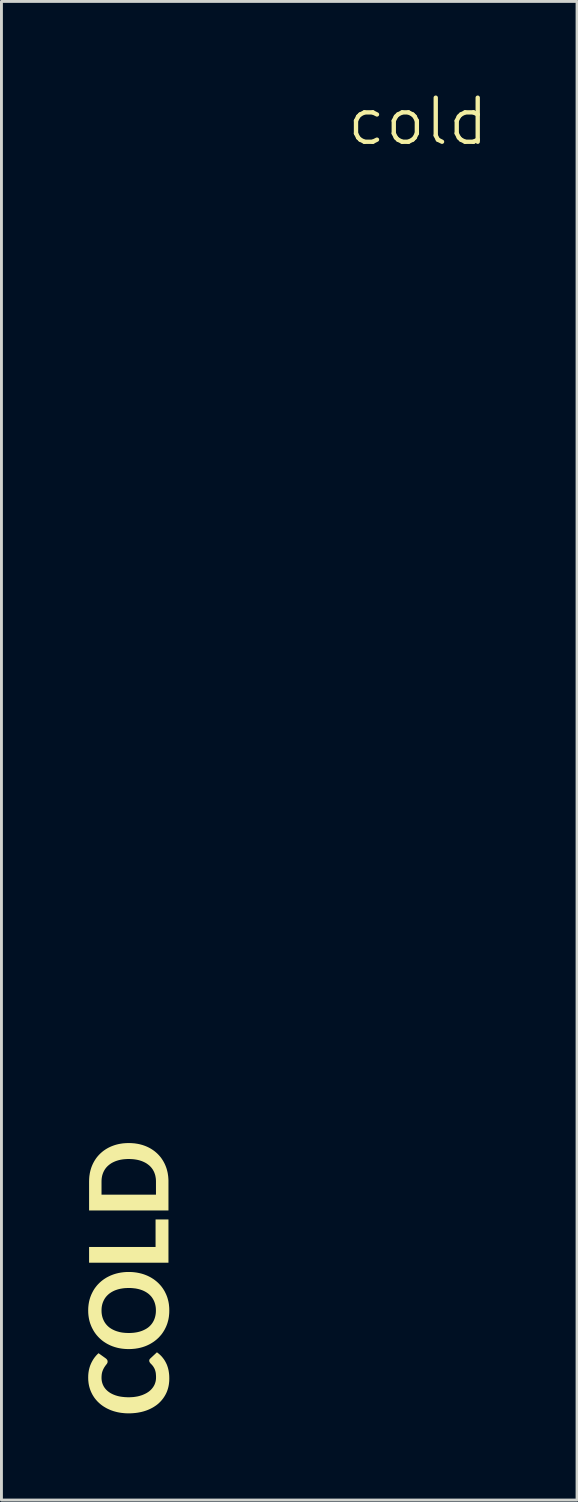
<source format=kicad_pcb>
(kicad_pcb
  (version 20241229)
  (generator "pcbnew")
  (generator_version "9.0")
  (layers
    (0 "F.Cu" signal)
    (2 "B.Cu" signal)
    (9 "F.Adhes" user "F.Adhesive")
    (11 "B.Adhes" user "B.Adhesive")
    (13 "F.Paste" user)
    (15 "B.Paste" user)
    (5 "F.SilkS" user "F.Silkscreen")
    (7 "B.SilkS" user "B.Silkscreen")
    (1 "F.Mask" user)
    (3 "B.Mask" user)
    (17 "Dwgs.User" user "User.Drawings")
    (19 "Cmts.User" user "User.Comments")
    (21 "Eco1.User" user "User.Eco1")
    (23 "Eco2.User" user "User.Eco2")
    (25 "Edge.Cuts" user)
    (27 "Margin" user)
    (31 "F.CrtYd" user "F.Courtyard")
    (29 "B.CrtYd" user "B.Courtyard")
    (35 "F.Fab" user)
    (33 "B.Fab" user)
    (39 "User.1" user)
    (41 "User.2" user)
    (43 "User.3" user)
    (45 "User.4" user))
  (footprint "cold"
    (layer "F.Cu")
    (at 11.403 1.155)
    (property "Reference" "cold" (at 0 0 0) (layer "F.SilkS") (effects (font (size 1.524 1.524) (thickness 0.15))))
    (attr through_hole)
    (fp_poly (pts (xy -9.073 38.921) (xy -11.372 38.921) (xy -11.372 39.465) (xy -8.627 39.465) (xy -8.627 37.969) (xy -9.073 37.969) (xy -9.073 38.921)) (stroke (width 0.000001) (type solid)) (fill yes) (layer "F.SilkS"))
    (fp_poly (pts (xy -10.002 35.327) (xy -10.041 35.327) (xy -10.081 35.329) (xy -10.12 35.331) (xy -10.158 35.334) (xy -10.196 35.337) (xy -10.234 35.342) (xy -10.271 35.348) (xy -10.308 35.354) (xy -10.344 35.361) (xy -10.38 35.369) (xy -10.416 35.378) (xy -10.451 35.388) (xy -10.485 35.398) (xy -10.52 35.41) (xy -10.553 35.422) (xy -10.592 35.437) (xy -10.629 35.453) (xy -10.666 35.47) (xy -10.702 35.488) (xy -10.737 35.507) (xy -10.771 35.527) (xy -10.805 35.548) (xy -10.837 35.57) (xy -10.869 35.592) (xy -10.9 35.616) (xy -10.93 35.641) (xy -10.959 35.666) (xy -10.988 35.693) (xy -11.015 35.72) (xy -11.042 35.748) (xy -11.067 35.777) (xy -11.092 35.806) (xy -11.116 35.837) (xy -11.138 35.868) (xy -11.16 35.901) (xy -11.181 35.934) (xy -11.201 35.968) (xy -11.22 36.003) (xy -11.238 36.038) (xy -11.255 36.075) (xy -11.271 36.112) (xy -11.285 36.148) (xy -11.298 36.184) (xy -11.309 36.22) (xy -11.32 36.257) (xy -11.33 36.295) (xy -11.339 36.333) (xy -11.347 36.372) (xy -11.353 36.411) (xy -11.359 36.451) (xy -11.364 36.491) (xy -11.367 36.532) (xy -11.37 36.574) (xy -11.371 36.616) (xy -11.372 36.658) (xy -11.372 37.659) (xy -8.627 37.659) (xy -8.627 36.658) (xy -8.627 36.616) (xy -8.629 36.574) (xy -8.632 36.532) (xy -8.635 36.491) (xy -8.64 36.451) (xy -8.646 36.411) (xy -8.652 36.372) (xy -8.66 36.333) (xy -8.669 36.295) (xy -8.679 36.257) (xy -8.689 36.22) (xy -8.701 36.184) (xy -9.11 36.364) (xy -9.098 36.398) (xy -9.087 36.432) (xy -9.079 36.467) (xy -9.072 36.504) (xy -9.066 36.541) (xy -9.062 36.579) (xy -9.06 36.618) (xy -9.059 36.658) (xy -9.059 37.113) (xy -10.942 37.113) (xy -10.942 36.658) (xy -10.941 36.618) (xy -10.939 36.579) (xy -10.935 36.541) (xy -10.929 36.504) (xy -10.922 36.467) (xy -10.913 36.432) (xy -10.902 36.398) (xy -10.89 36.364) (xy -10.876 36.331) (xy -10.859 36.296) (xy -10.84 36.262) (xy -10.82 36.229) (xy -10.797 36.198) (xy -10.773 36.168) (xy -10.747 36.14) (xy -10.719 36.113) (xy -10.69 36.088) (xy -10.662 36.066) (xy -10.633 36.045) (xy -10.603 36.025) (xy -10.571 36.007) (xy -10.538 35.99) (xy -10.504 35.974) (xy -10.469 35.959) (xy -10.432 35.945) (xy -10.394 35.933) (xy -10.359 35.922) (xy -10.323 35.913) (xy -10.286 35.905) (xy -10.248 35.898) (xy -10.209 35.892) (xy -10.17 35.887) (xy -10.129 35.884) (xy -10.087 35.881) (xy -10.045 35.879) (xy -10.002 35.879) (xy -10.002 35.879) (xy -9.962 35.879) (xy -9.923 35.881) (xy -9.884 35.883) (xy -9.847 35.886) (xy -9.81 35.89) (xy -9.774 35.895) (xy -9.738 35.901) (xy -9.704 35.907) (xy -9.67 35.915) (xy -9.637 35.923) (xy -9.605 35.933) (xy -9.567 35.945) (xy -9.53 35.959) (xy -9.495 35.974) (xy -9.461 35.99) (xy -9.428 36.007) (xy -9.396 36.025) (xy -9.366 36.045) (xy -9.337 36.066) (xy -9.309 36.088) (xy -9.279 36.113) (xy -9.252 36.14) (xy -9.226 36.168) (xy -9.202 36.198) (xy -9.179 36.229) (xy -9.159 36.262) (xy -9.14 36.296) (xy -9.123 36.331) (xy -9.11 36.364) (xy -8.701 36.184) (xy -8.714 36.148) (xy -8.728 36.112) (xy -8.744 36.075) (xy -8.761 36.038) (xy -8.779 36.003) (xy -8.798 35.968) (xy -8.818 35.934) (xy -8.839 35.901) (xy -8.861 35.868) (xy -8.883 35.837) (xy -8.907 35.806) (xy -8.932 35.777) (xy -8.957 35.748) (xy -8.984 35.72) (xy -9.011 35.693) (xy -9.04 35.666) (xy -9.069 35.641) (xy -9.099 35.616) (xy -9.13 35.592) (xy -9.162 35.57) (xy -9.194 35.548) (xy -9.228 35.527) (xy -9.262 35.507) (xy -9.297 35.488) (xy -9.333 35.47) (xy -9.37 35.453) (xy -9.407 35.437) (xy -9.445 35.422) (xy -9.48 35.41) (xy -9.514 35.398) (xy -9.549 35.388) (xy -9.584 35.378) (xy -9.62 35.369) (xy -9.656 35.361) (xy -9.693 35.354) (xy -9.73 35.348) (xy -9.768 35.342) (xy -9.806 35.337) (xy -9.844 35.334) (xy -9.883 35.331) (xy -9.922 35.329) (xy -9.962 35.327) (xy -10.002 35.327)) (stroke (width 0.000001) (type solid)) (fill yes) (layer "F.SilkS"))
    (fp_poly (pts (xy -9.293 42.855) (xy -9.293 42.855) (xy -9.289 42.878) (xy -9.28 42.901) (xy -9.268 42.921) (xy -9.253 42.942) (xy -9.227 42.968) (xy -9.202 42.994) (xy -9.18 43.019) (xy -9.16 43.045) (xy -9.142 43.072) (xy -9.126 43.099) (xy -9.111 43.127) (xy -9.098 43.157) (xy -9.088 43.186) (xy -9.079 43.217) (xy -9.071 43.25) (xy -9.065 43.283) (xy -9.062 43.318) (xy -9.059 43.355) (xy -9.057 43.395) (xy -9.057 43.436) (xy -9.058 43.476) (xy -9.062 43.516) (xy -9.068 43.555) (xy -9.077 43.593) (xy -9.089 43.63) (xy -9.102 43.667) (xy -9.119 43.703) (xy -9.136 43.733) (xy -9.154 43.763) (xy -9.175 43.791) (xy -9.197 43.819) (xy -9.221 43.846) (xy -9.246 43.871) (xy -9.274 43.896) (xy -9.303 43.92) (xy -9.331 43.939) (xy -9.36 43.958) (xy -9.39 43.976) (xy -9.422 43.993) (xy -9.455 44.009) (xy -9.489 44.024) (xy -9.525 44.039) (xy -9.562 44.052) (xy -9.601 44.064) (xy -9.633 44.074) (xy -9.666 44.082) (xy -9.7 44.09) (xy -9.735 44.096) (xy -9.771 44.102) (xy -9.807 44.107) (xy -9.844 44.111) (xy -9.882 44.114) (xy -9.921 44.116) (xy -9.961 44.118) (xy -10.002 44.118) (xy -10.046 44.118) (xy -10.089 44.116) (xy -10.131 44.114) (xy -10.172 44.11) (xy -10.212 44.106) (xy -10.252 44.101) (xy -10.29 44.095) (xy -10.327 44.088) (xy -10.363 44.08) (xy -10.398 44.071) (xy -10.437 44.059) (xy -10.474 44.047) (xy -10.509 44.033) (xy -10.544 44.019) (xy -10.576 44.003) (xy -10.608 43.987) (xy -10.638 43.97) (xy -10.667 43.951) (xy -10.694 43.932) (xy -10.724 43.909) (xy -10.751 43.885) (xy -10.777 43.86) (xy -10.801 43.834) (xy -10.823 43.807) (xy -10.843 43.779) (xy -10.862 43.75) (xy -10.878 43.719) (xy -10.893 43.688) (xy -10.906 43.655) (xy -10.917 43.622) (xy -10.926 43.588) (xy -10.933 43.554) (xy -10.938 43.518) (xy -10.941 43.482) (xy -10.942 43.444) (xy -10.941 43.399) (xy -10.938 43.357) (xy -10.934 43.318) (xy -10.927 43.282) (xy -10.919 43.248) (xy -10.909 43.217) (xy -10.896 43.183) (xy -10.882 43.151) (xy -10.867 43.121) (xy -10.852 43.094) (xy -10.837 43.07) (xy -10.817 43.041) (xy -10.799 43.015) (xy -10.781 42.992) (xy -10.764 42.971) (xy -10.746 42.943) (xy -10.735 42.915) (xy -10.731 42.886) (xy -10.736 42.848) (xy -10.75 42.82) (xy -10.769 42.797) (xy -10.791 42.777) (xy -11.045 42.595) (xy -11.074 42.621) (xy -11.102 42.649) (xy -11.129 42.678) (xy -11.154 42.708) (xy -11.179 42.739) (xy -11.202 42.771) (xy -11.225 42.805) (xy -11.246 42.839) (xy -11.266 42.875) (xy -11.286 42.912) (xy -11.304 42.95) (xy -11.318 42.983) (xy -11.332 43.017) (xy -11.344 43.052) (xy -11.355 43.087) (xy -11.365 43.123) (xy -11.374 43.16) (xy -11.382 43.198) (xy -11.388 43.236) (xy -11.394 43.276) (xy -11.398 43.316) (xy -11.401 43.356) (xy -11.402 43.398) (xy -11.403 43.44) (xy -11.402 43.482) (xy -11.401 43.523) (xy -11.397 43.564) (xy -11.393 43.604) (xy -11.388 43.643) (xy -11.381 43.682) (xy -11.373 43.721) (xy -11.364 43.759) (xy -11.353 43.796) (xy -11.342 43.833) (xy -11.329 43.869) (xy -11.315 43.905) (xy -11.3 43.94) (xy -11.283 43.975) (xy -11.266 44.009) (xy -11.248 44.042) (xy -11.228 44.074) (xy -11.208 44.106) (xy -11.187 44.137) (xy -11.164 44.167) (xy -11.141 44.196) (xy -11.117 44.224) (xy -11.092 44.252) (xy -11.066 44.279) (xy -11.038 44.305) (xy -11.01 44.331) (xy -10.981 44.356) (xy -10.951 44.38) (xy -10.921 44.402) (xy -10.889 44.425) (xy -10.856 44.446) (xy -10.823 44.466) (xy -10.789 44.486) (xy -10.754 44.505) (xy -10.718 44.522) (xy -10.681 44.539) (xy -10.644 44.556) (xy -10.605 44.571) (xy -10.566 44.585) (xy -10.531 44.597) (xy -10.497 44.607) (xy -10.461 44.617) (xy -10.425 44.626) (xy -10.389 44.635) (xy -10.353 44.642) (xy -10.315 44.649) (xy -10.278 44.655) (xy -10.24 44.66) (xy -10.201 44.664) (xy -10.162 44.668) (xy -10.123 44.671) (xy -10.083 44.673) (xy -10.042 44.674) (xy -10.002 44.674) (xy -9.961 44.674) (xy -9.921 44.673) (xy -9.881 44.671) (xy -9.842 44.668) (xy -9.803 44.665) (xy -9.764 44.661) (xy -9.726 44.656) (xy -9.689 44.651) (xy -9.652 44.644) (xy -9.615 44.637) (xy -9.578 44.63) (xy -9.542 44.621) (xy -9.507 44.612) (xy -9.472 44.602) (xy -9.437 44.591) (xy -9.398 44.578) (xy -9.36 44.564) (xy -9.323 44.549) (xy -9.286 44.533) (xy -9.25 44.516) (xy -9.215 44.498) (xy -9.181 44.48) (xy -9.148 44.461) (xy -9.115 44.44) (xy -9.083 44.419) (xy -9.052 44.398) (xy -9.022 44.375) (xy -8.993 44.352) (xy -8.962 44.325) (xy -8.933 44.297) (xy -8.905 44.269) (xy -8.878 44.24) (xy -8.852 44.209) (xy -8.827 44.178) (xy -8.803 44.146) (xy -8.781 44.113) (xy -8.759 44.079) (xy -8.739 44.044) (xy -8.719 44.008) (xy -8.701 43.971) (xy -8.686 43.937) (xy -8.672 43.901) (xy -8.659 43.865) (xy -8.648 43.829) (xy -8.637 43.791) (xy -8.628 43.753) (xy -8.62 43.715) (xy -8.613 43.675) (xy -8.608 43.635) (xy -8.604 43.595) (xy -8.6 43.554) (xy -8.599 43.512) (xy -8.598 43.469) (xy -8.599 43.425) (xy -8.6 43.383) (xy -8.603 43.341) (xy -8.607 43.3) (xy -8.612 43.26) (xy -8.618 43.221) (xy -8.625 43.182) (xy -8.634 43.145) (xy -8.643 43.108) (xy -8.654 43.072) (xy -8.666 43.037) (xy -8.678 43.003) (xy -8.692 42.97) (xy -8.708 42.938) (xy -8.725 42.904) (xy -8.744 42.87) (xy -8.763 42.838) (xy -8.784 42.806) (xy -8.807 42.776) (xy -8.83 42.746) (xy -8.854 42.717) (xy -8.88 42.689) (xy -8.907 42.662) (xy -8.935 42.636) (xy -8.964 42.611) (xy -8.994 42.587) (xy -9.026 42.564) (xy -9.259 42.781) (xy -9.278 42.803) (xy -9.289 42.828) (xy -9.293 42.855)) (stroke (width 0.000001) (type solid)) (fill yes) (layer "F.SilkS"))
    (fp_poly (pts (xy -10.002 39.786) (xy -10.041 39.786) (xy -10.081 39.787) (xy -10.12 39.789) (xy -10.158 39.792) (xy -10.197 39.796) (xy -10.234 39.801) (xy -10.272 39.806) (xy -10.309 39.813) (xy -10.346 39.82) (xy -10.382 39.828) (xy -10.418 39.837) (xy -10.453 39.846) (xy -10.488 39.857) (xy -10.523 39.868) (xy -10.558 39.881) (xy -10.594 39.895) (xy -10.629 39.909) (xy -10.664 39.925) (xy -10.698 39.942) (xy -10.732 39.959) (xy -10.765 39.977) (xy -10.797 39.996) (xy -10.828 40.016) (xy -10.859 40.036) (xy -10.889 40.058) (xy -10.918 40.08) (xy -10.947 40.103) (xy -10.975 40.127) (xy -11.002 40.151) (xy -11.03 40.179) (xy -11.058 40.207) (xy -11.084 40.235) (xy -11.11 40.265) (xy -11.134 40.296) (xy -11.158 40.327) (xy -11.181 40.359) (xy -11.202 40.392) (xy -11.223 40.426) (xy -11.242 40.461) (xy -11.261 40.497) (xy -11.279 40.534) (xy -11.296 40.571) (xy -11.31 40.606) (xy -11.324 40.642) (xy -11.337 40.679) (xy -11.348 40.716) (xy -11.359 40.754) (xy -11.368 40.792) (xy -11.376 40.83) (xy -11.383 40.87) (xy -11.389 40.909) (xy -11.394 40.95) (xy -11.398 40.991) (xy -11.401 41.032) (xy -11.402 41.074) (xy -11.403 41.117) (xy -10.942 41.117) (xy -10.941 41.077) (xy -10.939 41.038) (xy -10.935 41) (xy -10.929 40.963) (xy -10.922 40.927) (xy -10.913 40.892) (xy -10.902 40.858) (xy -10.89 40.824) (xy -10.876 40.792) (xy -10.859 40.757) (xy -10.84 40.723) (xy -10.82 40.69) (xy -10.797 40.659) (xy -10.773 40.629) (xy -10.747 40.601) (xy -10.719 40.574) (xy -10.69 40.548) (xy -10.662 40.526) (xy -10.633 40.506) (xy -10.603 40.486) (xy -10.571 40.468) (xy -10.538 40.45) (xy -10.504 40.434) (xy -10.469 40.419) (xy -10.432 40.406) (xy -10.394 40.393) (xy -10.359 40.383) (xy -10.323 40.374) (xy -10.286 40.366) (xy -10.248 40.359) (xy -10.209 40.353) (xy -10.17 40.348) (xy -10.129 40.344) (xy -10.087 40.342) (xy -10.045 40.34) (xy -10.002 40.339) (xy -9.962 40.34) (xy -9.923 40.341) (xy -9.884 40.343) (xy -9.847 40.347) (xy -9.81 40.351) (xy -9.774 40.355) (xy -9.738 40.361) (xy -9.704 40.368) (xy -9.67 40.375) (xy -9.637 40.384) (xy -9.605 40.393) (xy -9.567 40.406) (xy -9.53 40.419) (xy -9.495 40.434) (xy -9.461 40.45) (xy -9.428 40.468) (xy -9.396 40.486) (xy -9.366 40.506) (xy -9.337 40.526) (xy -9.309 40.548) (xy -9.28 40.574) (xy -9.253 40.601) (xy -9.227 40.629) (xy -9.203 40.659) (xy -9.181 40.69) (xy -9.161 40.723) (xy -9.142 40.757) (xy -9.125 40.792) (xy -9.112 40.824) (xy -9.1 40.858) (xy -9.09 40.892) (xy -9.081 40.927) (xy -9.074 40.963) (xy -9.068 41) (xy -9.064 41.038) (xy -9.062 41.077) (xy -9.061 41.117) (xy -9.062 41.157) (xy -9.064 41.196) (xy -9.068 41.234) (xy -9.074 41.271) (xy -9.081 41.307) (xy -9.09 41.343) (xy -9.1 41.377) (xy -9.112 41.411) (xy -9.125 41.443) (xy -9.142 41.479) (xy -9.161 41.513) (xy -9.181 41.546) (xy -9.203 41.577) (xy -9.227 41.607) (xy -9.253 41.636) (xy -9.28 41.663) (xy -9.309 41.689) (xy -9.337 41.711) (xy -9.366 41.731) (xy -9.396 41.75) (xy -9.428 41.768) (xy -9.461 41.785) (xy -9.495 41.801) (xy -9.53 41.816) (xy -9.567 41.83) (xy -9.605 41.842) (xy -9.637 41.852) (xy -9.67 41.86) (xy -9.704 41.868) (xy -9.738 41.874) (xy -9.774 41.88) (xy -9.81 41.885) (xy -9.847 41.889) (xy -9.884 41.892) (xy -9.923 41.894) (xy -9.962 41.896) (xy -10.002 41.896) (xy -10.045 41.895) (xy -10.087 41.894) (xy -10.129 41.891) (xy -10.17 41.887) (xy -10.209 41.883) (xy -10.248 41.877) (xy -10.286 41.87) (xy -10.323 41.862) (xy -10.359 41.852) (xy -10.394 41.842) (xy -10.432 41.83) (xy -10.469 41.816) (xy -10.504 41.801) (xy -10.538 41.785) (xy -10.571 41.768) (xy -10.603 41.75) (xy -10.633 41.731) (xy -10.662 41.711) (xy -10.69 41.689) (xy -10.719 41.663) (xy -10.747 41.636) (xy -10.773 41.607) (xy -10.797 41.577) (xy -10.82 41.546) (xy -10.84 41.513) (xy -10.859 41.479) (xy -10.876 41.443) (xy -10.89 41.411) (xy -10.902 41.377) (xy -10.913 41.343) (xy -10.922 41.307) (xy -10.929 41.271) (xy -10.935 41.234) (xy -10.939 41.196) (xy -10.941 41.157) (xy -10.942 41.117) (xy -11.403 41.117) (xy -11.402 41.159) (xy -11.401 41.201) (xy -11.398 41.243) (xy -11.394 41.284) (xy -11.389 41.324) (xy -11.383 41.364) (xy -11.376 41.403) (xy -11.368 41.442) (xy -11.359 41.48) (xy -11.348 41.517) (xy -11.337 41.555) (xy -11.324 41.591) (xy -11.31 41.627) (xy -11.296 41.662) (xy -11.279 41.7) (xy -11.261 41.736) (xy -11.242 41.772) (xy -11.223 41.807) (xy -11.202 41.841) (xy -11.181 41.874) (xy -11.158 41.907) (xy -11.134 41.939) (xy -11.11 41.969) (xy -11.084 41.999) (xy -11.058 42.028) (xy -11.03 42.057) (xy -11.002 42.084) (xy -10.975 42.109) (xy -10.947 42.133) (xy -10.919 42.156) (xy -10.89 42.178) (xy -10.86 42.2) (xy -10.829 42.22) (xy -10.798 42.24) (xy -10.766 42.259) (xy -10.733 42.278) (xy -10.699 42.295) (xy -10.665 42.312) (xy -10.63 42.328) (xy -10.594 42.343) (xy -10.558 42.357) (xy -10.523 42.369) (xy -10.488 42.381) (xy -10.453 42.391) (xy -10.418 42.401) (xy -10.382 42.41) (xy -10.346 42.418) (xy -10.309 42.425) (xy -10.272 42.431) (xy -10.234 42.437) (xy -10.197 42.441) (xy -10.158 42.445) (xy -10.12 42.448) (xy -10.081 42.45) (xy -10.041 42.452) (xy -10.002 42.452) (xy -9.961 42.452) (xy -9.922 42.45) (xy -9.883 42.448) (xy -9.844 42.445) (xy -9.805 42.441) (xy -9.767 42.437) (xy -9.729 42.431) (xy -9.692 42.425) (xy -9.655 42.418) (xy -9.618 42.41) (xy -9.582 42.401) (xy -9.546 42.391) (xy -9.511 42.381) (xy -9.476 42.369) (xy -9.441 42.357) (xy -9.405 42.343) (xy -9.37 42.328) (xy -9.335 42.312) (xy -9.3 42.295) (xy -9.267 42.278) (xy -9.234 42.259) (xy -9.202 42.24) (xy -9.171 42.22) (xy -9.14 42.2) (xy -9.11 42.178) (xy -9.081 42.156) (xy -9.052 42.133) (xy -9.024 42.109) (xy -8.997 42.084) (xy -8.968 42.057) (xy -8.941 42.028) (xy -8.915 41.999) (xy -8.889 41.969) (xy -8.864 41.939) (xy -8.841 41.907) (xy -8.818 41.874) (xy -8.797 41.841) (xy -8.776 41.807) (xy -8.756 41.772) (xy -8.738 41.736) (xy -8.72 41.7) (xy -8.703 41.662) (xy -8.689 41.627) (xy -8.675 41.591) (xy -8.663 41.555) (xy -8.652 41.517) (xy -8.642 41.48) (xy -8.632 41.442) (xy -8.624 41.403) (xy -8.617 41.364) (xy -8.611 41.324) (xy -8.607 41.284) (xy -8.603 41.243) (xy -8.6 41.201) (xy -8.599 41.159) (xy -8.598 41.117) (xy -8.599 41.074) (xy -8.6 41.032) (xy -8.603 40.991) (xy -8.607 40.95) (xy -8.611 40.909) (xy -8.617 40.87) (xy -8.624 40.83) (xy -8.632 40.792) (xy -8.642 40.754) (xy -8.652 40.716) (xy -8.663 40.679) (xy -8.675 40.642) (xy -8.689 40.606) (xy -8.703 40.571) (xy -8.72 40.534) (xy -8.738 40.497) (xy -8.756 40.461) (xy -8.776 40.426) (xy -8.797 40.392) (xy -8.818 40.359) (xy -8.841 40.327) (xy -8.864 40.296) (xy -8.889 40.265) (xy -8.915 40.235) (xy -8.941 40.207) (xy -8.968 40.179) (xy -8.997 40.151) (xy -9.024 40.127) (xy -9.052 40.103) (xy -9.081 40.08) (xy -9.11 40.058) (xy -9.14 40.036) (xy -9.171 40.016) (xy -9.202 39.996) (xy -9.234 39.977) (xy -9.267 39.959) (xy -9.3 39.942) (xy -9.335 39.925) (xy -9.37 39.909) (xy -9.405 39.895) (xy -9.441 39.881) (xy -9.476 39.868) (xy -9.511 39.857) (xy -9.546 39.846) (xy -9.582 39.837) (xy -9.618 39.828) (xy -9.655 39.82) (xy -9.692 39.813) (xy -9.729 39.806) (xy -9.767 39.801) (xy -9.805 39.796) (xy -9.844 39.792) (xy -9.883 39.789) (xy -9.922 39.787) (xy -9.961 39.786) (xy -10.002 39.786)) (stroke (width 0.000001) (type solid)) (fill yes) (layer "F.SilkS")))
  (gr_rect
    (start -3 -3)
    (end 16.907 48.829)
    (stroke (width 0.1) (type default))
    (fill no)
    (layer "Edge.Cuts")))
</source>
